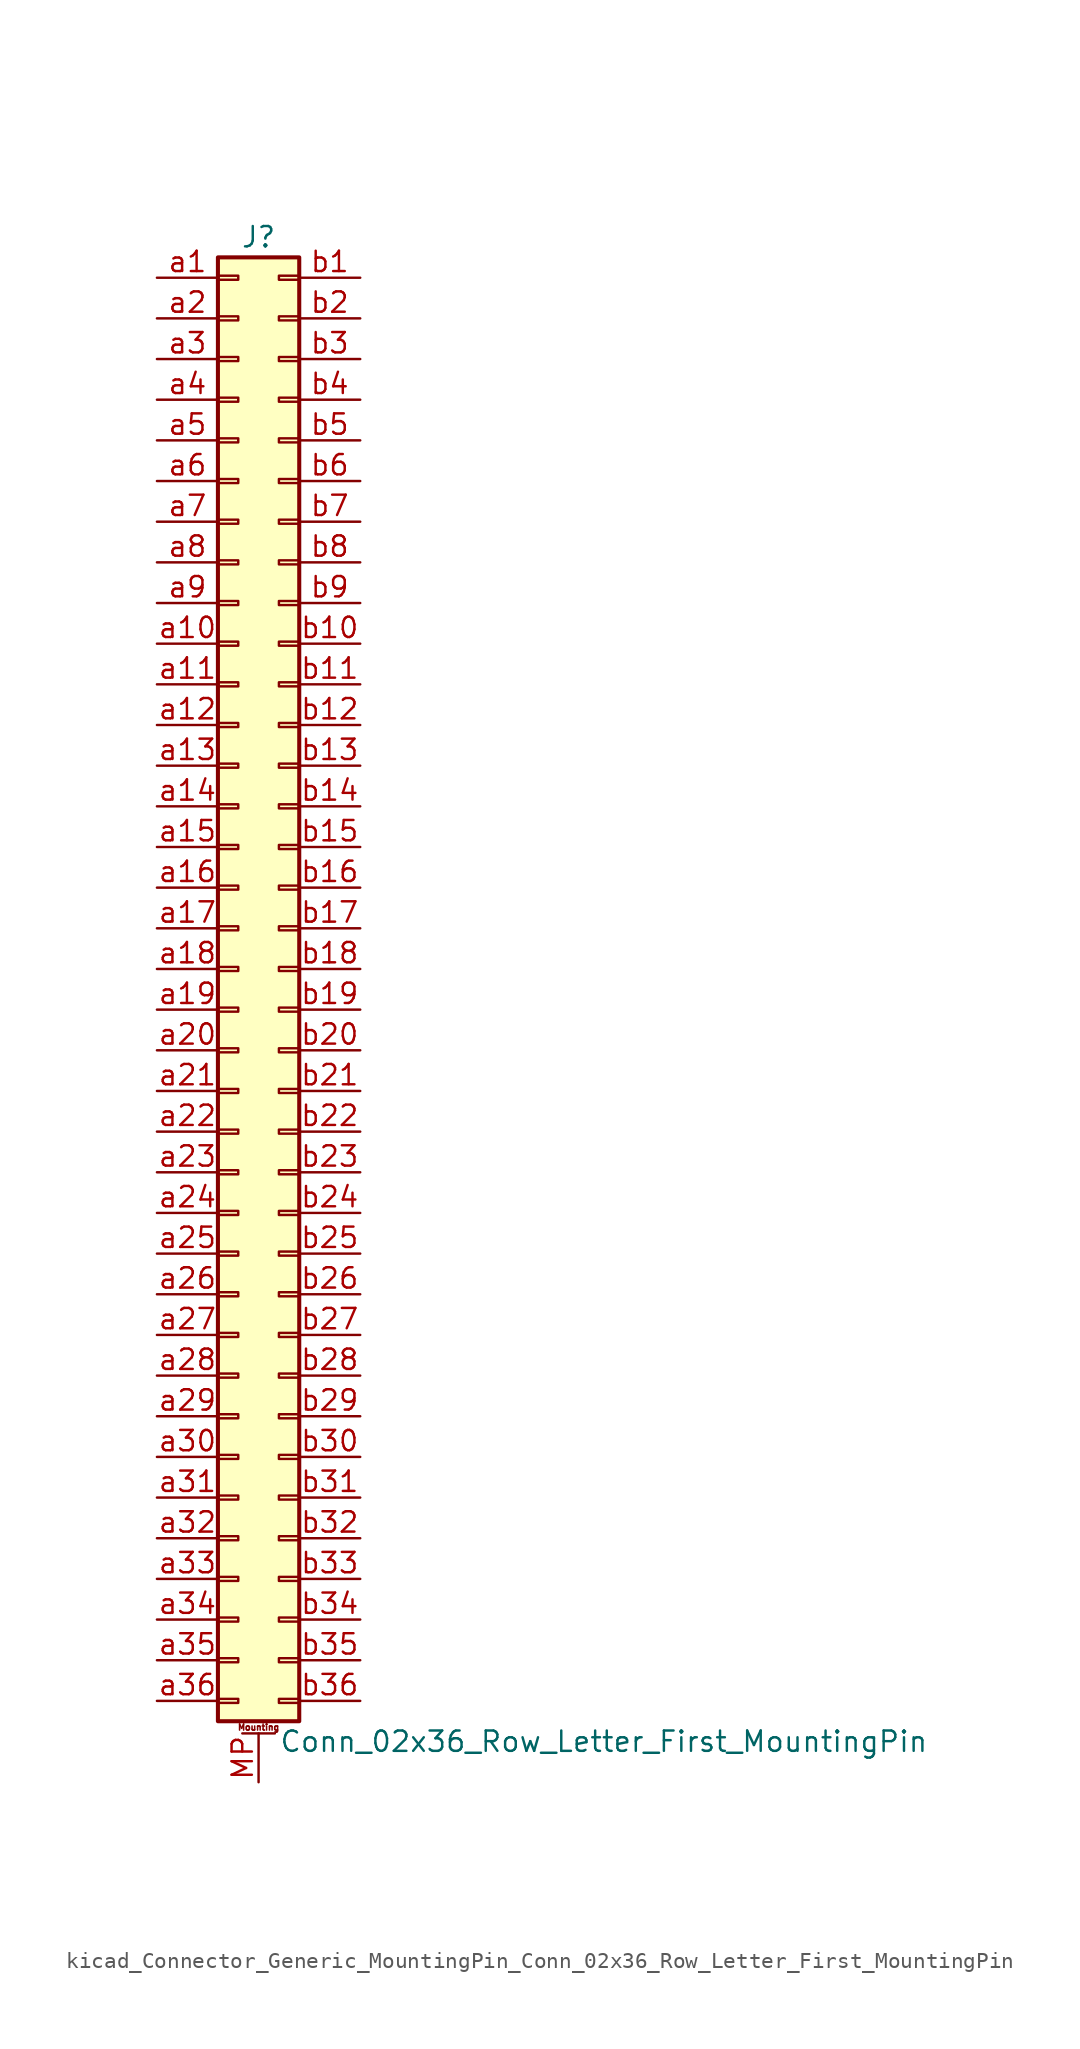
<source format=kicad_sym>
(kicad_symbol_lib
  (version 20220914)
  (generator kicad_symbol_editor)
  (symbol "kicad_Connector_Generic_MountingPin_Conn_02x36_Row_Letter_First_MountingPin"
    (pin_names
      (offset 1.016) hide)
    (property "Reference" "J"
      (at 1.27 45.72 0)
      (effects (font (size 1.27 1.27))))
    (property "Value" "Conn_02x36_Row_Letter_First_MountingPin"
      (at 2.54 -48.26 0)
      (effects (font (size 1.27 1.27)) (justify left)))
    (symbol "kicad_Connector_Generic_MountingPin_Conn_02x36_Row_Letter_First_MountingPin_1_1"
      (rectangle (start -1.27 -45.593) (end 0 -45.847) (stroke (width 0.152) (type default)) (fill (type none)))
      (rectangle (start -1.27 -43.053) (end 0 -43.307) (stroke (width 0.152) (type default)) (fill (type none)))
      (rectangle (start -1.27 -40.513) (end 0 -40.767) (stroke (width 0.152) (type default)) (fill (type none)))
      (rectangle (start -1.27 -37.973) (end 0 -38.227) (stroke (width 0.152) (type default)) (fill (type none)))
      (rectangle (start -1.27 -35.433) (end 0 -35.687) (stroke (width 0.152) (type default)) (fill (type none)))
      (rectangle (start -1.27 -32.893) (end 0 -33.147) (stroke (width 0.152) (type default)) (fill (type none)))
      (rectangle (start -1.27 -30.353) (end 0 -30.607) (stroke (width 0.152) (type default)) (fill (type none)))
      (rectangle (start -1.27 -27.813) (end 0 -28.067) (stroke (width 0.152) (type default)) (fill (type none)))
      (rectangle (start -1.27 -25.273) (end 0 -25.527) (stroke (width 0.152) (type default)) (fill (type none)))
      (rectangle (start -1.27 -22.733) (end 0 -22.987) (stroke (width 0.152) (type default)) (fill (type none)))
      (rectangle (start -1.27 -20.193) (end 0 -20.447) (stroke (width 0.152) (type default)) (fill (type none)))
      (rectangle (start -1.27 -17.653) (end 0 -17.907) (stroke (width 0.152) (type default)) (fill (type none)))
      (rectangle (start -1.27 -15.113) (end 0 -15.367) (stroke (width 0.152) (type default)) (fill (type none)))
      (rectangle (start -1.27 -12.573) (end 0 -12.827) (stroke (width 0.152) (type default)) (fill (type none)))
      (rectangle (start -1.27 -10.033) (end 0 -10.287) (stroke (width 0.152) (type default)) (fill (type none)))
      (rectangle (start -1.27 -7.493) (end 0 -7.747) (stroke (width 0.152) (type default)) (fill (type none)))
      (rectangle (start -1.27 -4.953) (end 0 -5.207) (stroke (width 0.152) (type default)) (fill (type none)))
      (rectangle (start -1.27 -2.413) (end 0 -2.667) (stroke (width 0.152) (type default)) (fill (type none)))
      (rectangle (start -1.27 0.127) (end 0 -0.127) (stroke (width 0.152) (type default)) (fill (type none)))
      (rectangle (start -1.27 2.667) (end 0 2.413) (stroke (width 0.152) (type default)) (fill (type none)))
      (rectangle (start -1.27 5.207) (end 0 4.953) (stroke (width 0.152) (type default)) (fill (type none)))
      (rectangle (start -1.27 7.747) (end 0 7.493) (stroke (width 0.152) (type default)) (fill (type none)))
      (rectangle (start -1.27 10.287) (end 0 10.033) (stroke (width 0.152) (type default)) (fill (type none)))
      (rectangle (start -1.27 12.827) (end 0 12.573) (stroke (width 0.152) (type default)) (fill (type none)))
      (rectangle (start -1.27 15.367) (end 0 15.113) (stroke (width 0.152) (type default)) (fill (type none)))
      (rectangle (start -1.27 17.907) (end 0 17.653) (stroke (width 0.152) (type default)) (fill (type none)))
      (rectangle (start -1.27 20.447) (end 0 20.193) (stroke (width 0.152) (type default)) (fill (type none)))
      (rectangle (start -1.27 22.987) (end 0 22.733) (stroke (width 0.152) (type default)) (fill (type none)))
      (rectangle (start -1.27 25.527) (end 0 25.273) (stroke (width 0.152) (type default)) (fill (type none)))
      (rectangle (start -1.27 28.067) (end 0 27.813) (stroke (width 0.152) (type default)) (fill (type none)))
      (rectangle (start -1.27 30.607) (end 0 30.353) (stroke (width 0.152) (type default)) (fill (type none)))
      (rectangle (start -1.27 33.147) (end 0 32.893) (stroke (width 0.152) (type default)) (fill (type none)))
      (rectangle (start -1.27 35.687) (end 0 35.433) (stroke (width 0.152) (type default)) (fill (type none)))
      (rectangle (start -1.27 38.227) (end 0 37.973) (stroke (width 0.152) (type default)) (fill (type none)))
      (rectangle (start -1.27 40.767) (end 0 40.513) (stroke (width 0.152) (type default)) (fill (type none)))
      (rectangle (start -1.27 43.307) (end 0 43.053) (stroke (width 0.152) (type default)) (fill (type none)))
      (rectangle (start -1.27 44.45) (end 3.81 -46.99) (stroke (width 0.254) (type default)) (fill (type background)))
      (polyline (pts (xy 0.254 -47.752) (xy 2.286 -47.752)) (stroke (width 0.152) (type default)) (fill (type none)))
      (rectangle (start 3.81 -45.593) (end 2.54 -45.847) (stroke (width 0.152) (type default)) (fill (type none)))
      (rectangle (start 3.81 -43.053) (end 2.54 -43.307) (stroke (width 0.152) (type default)) (fill (type none)))
      (rectangle (start 3.81 -40.513) (end 2.54 -40.767) (stroke (width 0.152) (type default)) (fill (type none)))
      (rectangle (start 3.81 -37.973) (end 2.54 -38.227) (stroke (width 0.152) (type default)) (fill (type none)))
      (rectangle (start 3.81 -35.433) (end 2.54 -35.687) (stroke (width 0.152) (type default)) (fill (type none)))
      (rectangle (start 3.81 -32.893) (end 2.54 -33.147) (stroke (width 0.152) (type default)) (fill (type none)))
      (rectangle (start 3.81 -30.353) (end 2.54 -30.607) (stroke (width 0.152) (type default)) (fill (type none)))
      (rectangle (start 3.81 -27.813) (end 2.54 -28.067) (stroke (width 0.152) (type default)) (fill (type none)))
      (rectangle (start 3.81 -25.273) (end 2.54 -25.527) (stroke (width 0.152) (type default)) (fill (type none)))
      (rectangle (start 3.81 -22.733) (end 2.54 -22.987) (stroke (width 0.152) (type default)) (fill (type none)))
      (rectangle (start 3.81 -20.193) (end 2.54 -20.447) (stroke (width 0.152) (type default)) (fill (type none)))
      (rectangle (start 3.81 -17.653) (end 2.54 -17.907) (stroke (width 0.152) (type default)) (fill (type none)))
      (rectangle (start 3.81 -15.113) (end 2.54 -15.367) (stroke (width 0.152) (type default)) (fill (type none)))
      (rectangle (start 3.81 -12.573) (end 2.54 -12.827) (stroke (width 0.152) (type default)) (fill (type none)))
      (rectangle (start 3.81 -10.033) (end 2.54 -10.287) (stroke (width 0.152) (type default)) (fill (type none)))
      (rectangle (start 3.81 -7.493) (end 2.54 -7.747) (stroke (width 0.152) (type default)) (fill (type none)))
      (rectangle (start 3.81 -4.953) (end 2.54 -5.207) (stroke (width 0.152) (type default)) (fill (type none)))
      (rectangle (start 3.81 -2.413) (end 2.54 -2.667) (stroke (width 0.152) (type default)) (fill (type none)))
      (rectangle (start 3.81 0.127) (end 2.54 -0.127) (stroke (width 0.152) (type default)) (fill (type none)))
      (rectangle (start 3.81 2.667) (end 2.54 2.413) (stroke (width 0.152) (type default)) (fill (type none)))
      (rectangle (start 3.81 5.207) (end 2.54 4.953) (stroke (width 0.152) (type default)) (fill (type none)))
      (rectangle (start 3.81 7.747) (end 2.54 7.493) (stroke (width 0.152) (type default)) (fill (type none)))
      (rectangle (start 3.81 10.287) (end 2.54 10.033) (stroke (width 0.152) (type default)) (fill (type none)))
      (rectangle (start 3.81 12.827) (end 2.54 12.573) (stroke (width 0.152) (type default)) (fill (type none)))
      (rectangle (start 3.81 15.367) (end 2.54 15.113) (stroke (width 0.152) (type default)) (fill (type none)))
      (rectangle (start 3.81 17.907) (end 2.54 17.653) (stroke (width 0.152) (type default)) (fill (type none)))
      (rectangle (start 3.81 20.447) (end 2.54 20.193) (stroke (width 0.152) (type default)) (fill (type none)))
      (rectangle (start 3.81 22.987) (end 2.54 22.733) (stroke (width 0.152) (type default)) (fill (type none)))
      (rectangle (start 3.81 25.527) (end 2.54 25.273) (stroke (width 0.152) (type default)) (fill (type none)))
      (rectangle (start 3.81 28.067) (end 2.54 27.813) (stroke (width 0.152) (type default)) (fill (type none)))
      (rectangle (start 3.81 30.607) (end 2.54 30.353) (stroke (width 0.152) (type default)) (fill (type none)))
      (rectangle (start 3.81 33.147) (end 2.54 32.893) (stroke (width 0.152) (type default)) (fill (type none)))
      (rectangle (start 3.81 35.687) (end 2.54 35.433) (stroke (width 0.152) (type default)) (fill (type none)))
      (rectangle (start 3.81 38.227) (end 2.54 37.973) (stroke (width 0.152) (type default)) (fill (type none)))
      (rectangle (start 3.81 40.767) (end 2.54 40.513) (stroke (width 0.152) (type default)) (fill (type none)))
      (rectangle (start 3.81 43.307) (end 2.54 43.053) (stroke (width 0.152) (type default)) (fill (type none)))
      (text "Mounting" (at 1.27 -47.371 0) (effects (font (size 0.381 0.381))))
      (pin passive line (at 1.27 -50.8 90) (length 3.048) (name "MountPin" (effects (font (size 1.27 1.27)))) (number "MP" (effects (font (size 1.27 1.27)))))
      (pin passive line (at -5.08 43.18 0) (length 3.81) (name "Pin_a1" (effects (font (size 1.27 1.27)))) (number "a1" (effects (font (size 1.27 1.27)))))
      (pin passive line (at -5.08 20.32 0) (length 3.81) (name "Pin_a10" (effects (font (size 1.27 1.27)))) (number "a10" (effects (font (size 1.27 1.27)))))
      (pin passive line (at -5.08 17.78 0) (length 3.81) (name "Pin_a11" (effects (font (size 1.27 1.27)))) (number "a11" (effects (font (size 1.27 1.27)))))
      (pin passive line (at -5.08 15.24 0) (length 3.81) (name "Pin_a12" (effects (font (size 1.27 1.27)))) (number "a12" (effects (font (size 1.27 1.27)))))
      (pin passive line (at -5.08 12.7 0) (length 3.81) (name "Pin_a13" (effects (font (size 1.27 1.27)))) (number "a13" (effects (font (size 1.27 1.27)))))
      (pin passive line (at -5.08 10.16 0) (length 3.81) (name "Pin_a14" (effects (font (size 1.27 1.27)))) (number "a14" (effects (font (size 1.27 1.27)))))
      (pin passive line (at -5.08 7.62 0) (length 3.81) (name "Pin_a15" (effects (font (size 1.27 1.27)))) (number "a15" (effects (font (size 1.27 1.27)))))
      (pin passive line (at -5.08 5.08 0) (length 3.81) (name "Pin_a16" (effects (font (size 1.27 1.27)))) (number "a16" (effects (font (size 1.27 1.27)))))
      (pin passive line (at -5.08 2.54 0) (length 3.81) (name "Pin_a17" (effects (font (size 1.27 1.27)))) (number "a17" (effects (font (size 1.27 1.27)))))
      (pin passive line (at -5.08 0 0) (length 3.81) (name "Pin_a18" (effects (font (size 1.27 1.27)))) (number "a18" (effects (font (size 1.27 1.27)))))
      (pin passive line (at -5.08 -2.54 0) (length 3.81) (name "Pin_a19" (effects (font (size 1.27 1.27)))) (number "a19" (effects (font (size 1.27 1.27)))))
      (pin passive line (at -5.08 40.64 0) (length 3.81) (name "Pin_a2" (effects (font (size 1.27 1.27)))) (number "a2" (effects (font (size 1.27 1.27)))))
      (pin passive line (at -5.08 -5.08 0) (length 3.81) (name "Pin_a20" (effects (font (size 1.27 1.27)))) (number "a20" (effects (font (size 1.27 1.27)))))
      (pin passive line (at -5.08 -7.62 0) (length 3.81) (name "Pin_a21" (effects (font (size 1.27 1.27)))) (number "a21" (effects (font (size 1.27 1.27)))))
      (pin passive line (at -5.08 -10.16 0) (length 3.81) (name "Pin_a22" (effects (font (size 1.27 1.27)))) (number "a22" (effects (font (size 1.27 1.27)))))
      (pin passive line (at -5.08 -12.7 0) (length 3.81) (name "Pin_a23" (effects (font (size 1.27 1.27)))) (number "a23" (effects (font (size 1.27 1.27)))))
      (pin passive line (at -5.08 -15.24 0) (length 3.81) (name "Pin_a24" (effects (font (size 1.27 1.27)))) (number "a24" (effects (font (size 1.27 1.27)))))
      (pin passive line (at -5.08 -17.78 0) (length 3.81) (name "Pin_a25" (effects (font (size 1.27 1.27)))) (number "a25" (effects (font (size 1.27 1.27)))))
      (pin passive line (at -5.08 -20.32 0) (length 3.81) (name "Pin_a26" (effects (font (size 1.27 1.27)))) (number "a26" (effects (font (size 1.27 1.27)))))
      (pin passive line (at -5.08 -22.86 0) (length 3.81) (name "Pin_a27" (effects (font (size 1.27 1.27)))) (number "a27" (effects (font (size 1.27 1.27)))))
      (pin passive line (at -5.08 -25.4 0) (length 3.81) (name "Pin_a28" (effects (font (size 1.27 1.27)))) (number "a28" (effects (font (size 1.27 1.27)))))
      (pin passive line (at -5.08 -27.94 0) (length 3.81) (name "Pin_a29" (effects (font (size 1.27 1.27)))) (number "a29" (effects (font (size 1.27 1.27)))))
      (pin passive line (at -5.08 38.1 0) (length 3.81) (name "Pin_a3" (effects (font (size 1.27 1.27)))) (number "a3" (effects (font (size 1.27 1.27)))))
      (pin passive line (at -5.08 -30.48 0) (length 3.81) (name "Pin_a30" (effects (font (size 1.27 1.27)))) (number "a30" (effects (font (size 1.27 1.27)))))
      (pin passive line (at -5.08 -33.02 0) (length 3.81) (name "Pin_a31" (effects (font (size 1.27 1.27)))) (number "a31" (effects (font (size 1.27 1.27)))))
      (pin passive line (at -5.08 -35.56 0) (length 3.81) (name "Pin_a32" (effects (font (size 1.27 1.27)))) (number "a32" (effects (font (size 1.27 1.27)))))
      (pin passive line (at -5.08 -38.1 0) (length 3.81) (name "Pin_a33" (effects (font (size 1.27 1.27)))) (number "a33" (effects (font (size 1.27 1.27)))))
      (pin passive line (at -5.08 -40.64 0) (length 3.81) (name "Pin_a34" (effects (font (size 1.27 1.27)))) (number "a34" (effects (font (size 1.27 1.27)))))
      (pin passive line (at -5.08 -43.18 0) (length 3.81) (name "Pin_a35" (effects (font (size 1.27 1.27)))) (number "a35" (effects (font (size 1.27 1.27)))))
      (pin passive line (at -5.08 -45.72 0) (length 3.81) (name "Pin_a36" (effects (font (size 1.27 1.27)))) (number "a36" (effects (font (size 1.27 1.27)))))
      (pin passive line (at -5.08 35.56 0) (length 3.81) (name "Pin_a4" (effects (font (size 1.27 1.27)))) (number "a4" (effects (font (size 1.27 1.27)))))
      (pin passive line (at -5.08 33.02 0) (length 3.81) (name "Pin_a5" (effects (font (size 1.27 1.27)))) (number "a5" (effects (font (size 1.27 1.27)))))
      (pin passive line (at -5.08 30.48 0) (length 3.81) (name "Pin_a6" (effects (font (size 1.27 1.27)))) (number "a6" (effects (font (size 1.27 1.27)))))
      (pin passive line (at -5.08 27.94 0) (length 3.81) (name "Pin_a7" (effects (font (size 1.27 1.27)))) (number "a7" (effects (font (size 1.27 1.27)))))
      (pin passive line (at -5.08 25.4 0) (length 3.81) (name "Pin_a8" (effects (font (size 1.27 1.27)))) (number "a8" (effects (font (size 1.27 1.27)))))
      (pin passive line (at -5.08 22.86 0) (length 3.81) (name "Pin_a9" (effects (font (size 1.27 1.27)))) (number "a9" (effects (font (size 1.27 1.27)))))
      (pin passive line (at 7.62 43.18 180) (length 3.81) (name "Pin_b1" (effects (font (size 1.27 1.27)))) (number "b1" (effects (font (size 1.27 1.27)))))
      (pin passive line (at 7.62 20.32 180) (length 3.81) (name "Pin_b10" (effects (font (size 1.27 1.27)))) (number "b10" (effects (font (size 1.27 1.27)))))
      (pin passive line (at 7.62 17.78 180) (length 3.81) (name "Pin_b11" (effects (font (size 1.27 1.27)))) (number "b11" (effects (font (size 1.27 1.27)))))
      (pin passive line (at 7.62 15.24 180) (length 3.81) (name "Pin_b12" (effects (font (size 1.27 1.27)))) (number "b12" (effects (font (size 1.27 1.27)))))
      (pin passive line (at 7.62 12.7 180) (length 3.81) (name "Pin_b13" (effects (font (size 1.27 1.27)))) (number "b13" (effects (font (size 1.27 1.27)))))
      (pin passive line (at 7.62 10.16 180) (length 3.81) (name "Pin_b14" (effects (font (size 1.27 1.27)))) (number "b14" (effects (font (size 1.27 1.27)))))
      (pin passive line (at 7.62 7.62 180) (length 3.81) (name "Pin_b15" (effects (font (size 1.27 1.27)))) (number "b15" (effects (font (size 1.27 1.27)))))
      (pin passive line (at 7.62 5.08 180) (length 3.81) (name "Pin_b16" (effects (font (size 1.27 1.27)))) (number "b16" (effects (font (size 1.27 1.27)))))
      (pin passive line (at 7.62 2.54 180) (length 3.81) (name "Pin_b17" (effects (font (size 1.27 1.27)))) (number "b17" (effects (font (size 1.27 1.27)))))
      (pin passive line (at 7.62 0 180) (length 3.81) (name "Pin_b18" (effects (font (size 1.27 1.27)))) (number "b18" (effects (font (size 1.27 1.27)))))
      (pin passive line (at 7.62 -2.54 180) (length 3.81) (name "Pin_b19" (effects (font (size 1.27 1.27)))) (number "b19" (effects (font (size 1.27 1.27)))))
      (pin passive line (at 7.62 40.64 180) (length 3.81) (name "Pin_b2" (effects (font (size 1.27 1.27)))) (number "b2" (effects (font (size 1.27 1.27)))))
      (pin passive line (at 7.62 -5.08 180) (length 3.81) (name "Pin_b20" (effects (font (size 1.27 1.27)))) (number "b20" (effects (font (size 1.27 1.27)))))
      (pin passive line (at 7.62 -7.62 180) (length 3.81) (name "Pin_b21" (effects (font (size 1.27 1.27)))) (number "b21" (effects (font (size 1.27 1.27)))))
      (pin passive line (at 7.62 -10.16 180) (length 3.81) (name "Pin_b22" (effects (font (size 1.27 1.27)))) (number "b22" (effects (font (size 1.27 1.27)))))
      (pin passive line (at 7.62 -12.7 180) (length 3.81) (name "Pin_b23" (effects (font (size 1.27 1.27)))) (number "b23" (effects (font (size 1.27 1.27)))))
      (pin passive line (at 7.62 -15.24 180) (length 3.81) (name "Pin_b24" (effects (font (size 1.27 1.27)))) (number "b24" (effects (font (size 1.27 1.27)))))
      (pin passive line (at 7.62 -17.78 180) (length 3.81) (name "Pin_b25" (effects (font (size 1.27 1.27)))) (number "b25" (effects (font (size 1.27 1.27)))))
      (pin passive line (at 7.62 -20.32 180) (length 3.81) (name "Pin_b26" (effects (font (size 1.27 1.27)))) (number "b26" (effects (font (size 1.27 1.27)))))
      (pin passive line (at 7.62 -22.86 180) (length 3.81) (name "Pin_b27" (effects (font (size 1.27 1.27)))) (number "b27" (effects (font (size 1.27 1.27)))))
      (pin passive line (at 7.62 -25.4 180) (length 3.81) (name "Pin_b28" (effects (font (size 1.27 1.27)))) (number "b28" (effects (font (size 1.27 1.27)))))
      (pin passive line (at 7.62 -27.94 180) (length 3.81) (name "Pin_b29" (effects (font (size 1.27 1.27)))) (number "b29" (effects (font (size 1.27 1.27)))))
      (pin passive line (at 7.62 38.1 180) (length 3.81) (name "Pin_b3" (effects (font (size 1.27 1.27)))) (number "b3" (effects (font (size 1.27 1.27)))))
      (pin passive line (at 7.62 -30.48 180) (length 3.81) (name "Pin_b30" (effects (font (size 1.27 1.27)))) (number "b30" (effects (font (size 1.27 1.27)))))
      (pin passive line (at 7.62 -33.02 180) (length 3.81) (name "Pin_b31" (effects (font (size 1.27 1.27)))) (number "b31" (effects (font (size 1.27 1.27)))))
      (pin passive line (at 7.62 -35.56 180) (length 3.81) (name "Pin_b32" (effects (font (size 1.27 1.27)))) (number "b32" (effects (font (size 1.27 1.27)))))
      (pin passive line (at 7.62 -38.1 180) (length 3.81) (name "Pin_b33" (effects (font (size 1.27 1.27)))) (number "b33" (effects (font (size 1.27 1.27)))))
      (pin passive line (at 7.62 -40.64 180) (length 3.81) (name "Pin_b34" (effects (font (size 1.27 1.27)))) (number "b34" (effects (font (size 1.27 1.27)))))
      (pin passive line (at 7.62 -43.18 180) (length 3.81) (name "Pin_b35" (effects (font (size 1.27 1.27)))) (number "b35" (effects (font (size 1.27 1.27)))))
      (pin passive line (at 7.62 -45.72 180) (length 3.81) (name "Pin_b36" (effects (font (size 1.27 1.27)))) (number "b36" (effects (font (size 1.27 1.27)))))
      (pin passive line (at 7.62 35.56 180) (length 3.81) (name "Pin_b4" (effects (font (size 1.27 1.27)))) (number "b4" (effects (font (size 1.27 1.27)))))
      (pin passive line (at 7.62 33.02 180) (length 3.81) (name "Pin_b5" (effects (font (size 1.27 1.27)))) (number "b5" (effects (font (size 1.27 1.27)))))
      (pin passive line (at 7.62 30.48 180) (length 3.81) (name "Pin_b6" (effects (font (size 1.27 1.27)))) (number "b6" (effects (font (size 1.27 1.27)))))
      (pin passive line (at 7.62 27.94 180) (length 3.81) (name "Pin_b7" (effects (font (size 1.27 1.27)))) (number "b7" (effects (font (size 1.27 1.27)))))
      (pin passive line (at 7.62 25.4 180) (length 3.81) (name "Pin_b8" (effects (font (size 1.27 1.27)))) (number "b8" (effects (font (size 1.27 1.27)))))
      (pin passive line (at 7.62 22.86 180) (length 3.81) (name "Pin_b9" (effects (font (size 1.27 1.27)))) (number "b9" (effects (font (size 1.27 1.27))))))))
</source>
